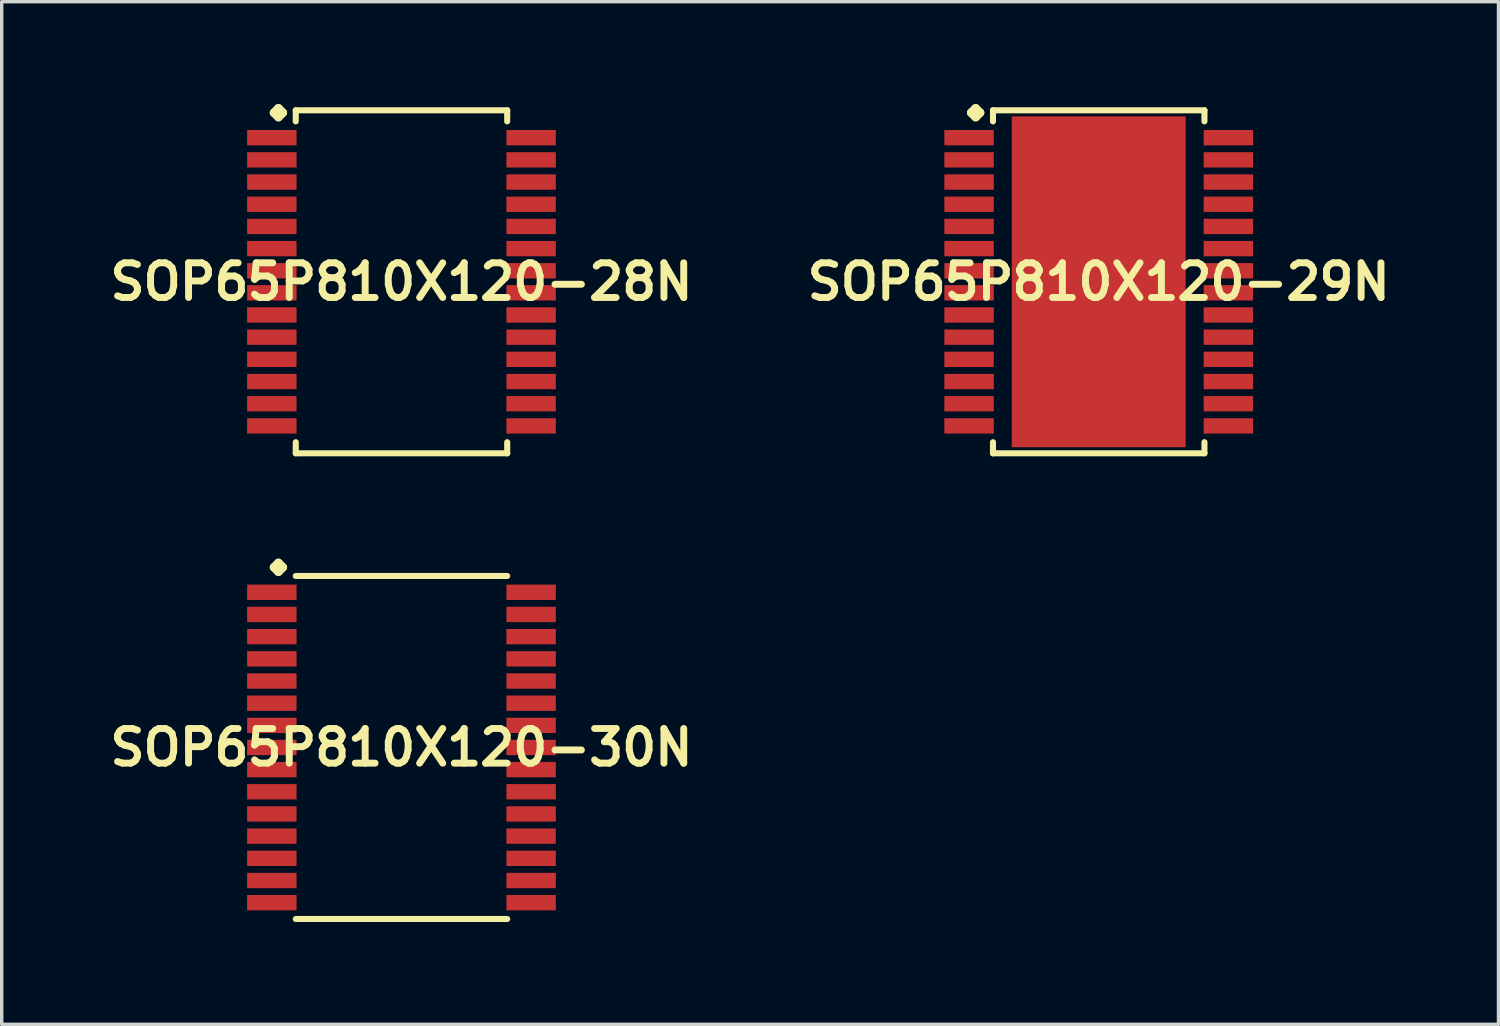
<source format=kicad_pcb>
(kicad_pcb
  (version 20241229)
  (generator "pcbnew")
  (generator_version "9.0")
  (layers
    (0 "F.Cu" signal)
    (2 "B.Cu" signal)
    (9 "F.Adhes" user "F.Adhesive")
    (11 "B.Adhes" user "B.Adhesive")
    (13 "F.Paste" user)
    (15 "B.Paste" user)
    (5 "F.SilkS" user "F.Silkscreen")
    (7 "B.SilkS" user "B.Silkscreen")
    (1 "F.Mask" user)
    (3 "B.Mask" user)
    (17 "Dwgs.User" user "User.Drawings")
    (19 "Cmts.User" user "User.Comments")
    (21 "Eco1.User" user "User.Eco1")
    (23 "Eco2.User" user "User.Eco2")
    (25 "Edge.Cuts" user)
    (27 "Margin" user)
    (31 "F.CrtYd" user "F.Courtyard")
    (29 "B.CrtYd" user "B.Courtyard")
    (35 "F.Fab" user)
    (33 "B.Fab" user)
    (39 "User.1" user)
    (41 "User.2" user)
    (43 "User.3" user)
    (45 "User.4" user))
  (footprint "SOP65P810X120-30N"
    (layer "F.Cu")
    (at 8.718 18.86)
    (property "Reference" "SOP65P810X120-30N" (at 0 0 0) (layer "F.SilkS") (effects (font (size 1.016 1.016) (thickness 0.203))))
    (attr smd)
    (fp_line (start -3.734 -5.281) (end -3.607 -5.408) (stroke (width 0.254) (type solid)) (layer "F.SilkS"))
    (fp_line (start -3.607 -5.408) (end -3.48 -5.281) (stroke (width 0.254) (type solid)) (layer "F.SilkS"))
    (fp_line (start -3.607 -5.154) (end -3.734 -5.281) (stroke (width 0.254) (type solid)) (layer "F.SilkS"))
    (fp_line (start -3.48 -5.281) (end -3.607 -5.154) (stroke (width 0.254) (type solid)) (layer "F.SilkS"))
    (fp_line (start -3.099 -5.027) (end 3.099 -5.027) (stroke (width 0.178) (type solid)) (layer "F.SilkS"))
    (fp_line (start -3.099 5.027) (end 3.099 5.027) (stroke (width 0.178) (type solid)) (layer "F.SilkS"))
    (pad "1" smd rect (at -3.8 -4.549) (size 1.448 0.45) (layers "F.Cu" "F.Mask" "F.Paste"))
    (pad "2" smd rect (at -3.8 -3.899) (size 1.448 0.45) (layers "F.Cu" "F.Mask" "F.Paste"))
    (pad "3" smd rect (at -3.8 -3.249) (size 1.448 0.45) (layers "F.Cu" "F.Mask" "F.Paste"))
    (pad "4" smd rect (at -3.8 -2.598) (size 1.448 0.45) (layers "F.Cu" "F.Mask" "F.Paste"))
    (pad "5" smd rect (at -3.8 -1.948) (size 1.448 0.45) (layers "F.Cu" "F.Mask" "F.Paste"))
    (pad "6" smd rect (at -3.8 -1.298) (size 1.448 0.45) (layers "F.Cu" "F.Mask" "F.Paste"))
    (pad "7" smd rect (at -3.8 -0.648) (size 1.448 0.45) (layers "F.Cu" "F.Mask" "F.Paste"))
    (pad "8" smd rect (at -3.8 0) (size 1.448 0.45) (layers "F.Cu" "F.Mask" "F.Paste"))
    (pad "9" smd rect (at -3.8 0.648) (size 1.448 0.45) (layers "F.Cu" "F.Mask" "F.Paste"))
    (pad "10" smd rect (at -3.8 1.298) (size 1.448 0.45) (layers "F.Cu" "F.Mask" "F.Paste"))
    (pad "11" smd rect (at -3.8 1.948) (size 1.448 0.45) (layers "F.Cu" "F.Mask" "F.Paste"))
    (pad "12" smd rect (at -3.8 2.598) (size 1.448 0.45) (layers "F.Cu" "F.Mask" "F.Paste"))
    (pad "13" smd rect (at -3.8 3.249) (size 1.448 0.45) (layers "F.Cu" "F.Mask" "F.Paste"))
    (pad "14" smd rect (at -3.8 3.899) (size 1.448 0.45) (layers "F.Cu" "F.Mask" "F.Paste"))
    (pad "15" smd rect (at -3.8 4.549) (size 1.448 0.45) (layers "F.Cu" "F.Mask" "F.Paste"))
    (pad "16" smd rect (at 3.8 4.549) (size 1.448 0.45) (layers "F.Cu" "F.Mask" "F.Paste"))
    (pad "17" smd rect (at 3.8 3.899) (size 1.448 0.45) (layers "F.Cu" "F.Mask" "F.Paste"))
    (pad "18" smd rect (at 3.8 3.249) (size 1.448 0.45) (layers "F.Cu" "F.Mask" "F.Paste"))
    (pad "19" smd rect (at 3.8 2.598) (size 1.448 0.45) (layers "F.Cu" "F.Mask" "F.Paste"))
    (pad "20" smd rect (at 3.8 1.948) (size 1.448 0.45) (layers "F.Cu" "F.Mask" "F.Paste"))
    (pad "21" smd rect (at 3.8 1.298) (size 1.448 0.45) (layers "F.Cu" "F.Mask" "F.Paste"))
    (pad "22" smd rect (at 3.8 0.648) (size 1.448 0.45) (layers "F.Cu" "F.Mask" "F.Paste"))
    (pad "23" smd rect (at 3.8 0) (size 1.448 0.45) (layers "F.Cu" "F.Mask" "F.Paste"))
    (pad "24" smd rect (at 3.8 -0.648) (size 1.448 0.45) (layers "F.Cu" "F.Mask" "F.Paste"))
    (pad "25" smd rect (at 3.8 -1.298) (size 1.448 0.45) (layers "F.Cu" "F.Mask" "F.Paste"))
    (pad "26" smd rect (at 3.8 -1.948) (size 1.448 0.45) (layers "F.Cu" "F.Mask" "F.Paste"))
    (pad "27" smd rect (at 3.8 -2.598) (size 1.448 0.45) (layers "F.Cu" "F.Mask" "F.Paste"))
    (pad "28" smd rect (at 3.8 -3.249) (size 1.448 0.45) (layers "F.Cu" "F.Mask" "F.Paste"))
    (pad "29" smd rect (at 3.8 -3.899) (size 1.448 0.45) (layers "F.Cu" "F.Mask" "F.Paste"))
    (pad "30" smd rect (at 3.8 -4.549) (size 1.448 0.45) (layers "F.Cu" "F.Mask" "F.Paste")))
  (footprint "SOP65P810X120-28N"
    (layer "F.Cu")
    (at 8.718 5.21)
    (property "Reference" "SOP65P810X120-28N" (at 0 0 0) (layer "F.SilkS") (effects (font (size 1.016 1.016) (thickness 0.203))))
    (attr smd)
    (fp_line (start -3.734 -4.956) (end -3.607 -5.083) (stroke (width 0.254) (type solid)) (layer "F.SilkS"))
    (fp_line (start -3.607 -5.083) (end -3.48 -4.956) (stroke (width 0.254) (type solid)) (layer "F.SilkS"))
    (fp_line (start -3.607 -4.829) (end -3.734 -4.956) (stroke (width 0.254) (type solid)) (layer "F.SilkS"))
    (fp_line (start -3.48 -4.956) (end -3.607 -4.829) (stroke (width 0.254) (type solid)) (layer "F.SilkS"))
    (fp_line (start -3.099 -5.027) (end 3.099 -5.027) (stroke (width 0.178) (type solid)) (layer "F.SilkS"))
    (fp_line (start -3.099 -4.702) (end -3.099 -5.027) (stroke (width 0.178) (type solid)) (layer "F.SilkS"))
    (fp_line (start -3.099 4.702) (end -3.099 5.027) (stroke (width 0.178) (type solid)) (layer "F.SilkS"))
    (fp_line (start -3.099 5.027) (end 3.099 5.027) (stroke (width 0.178) (type solid)) (layer "F.SilkS"))
    (fp_line (start 3.099 -5.027) (end 3.099 -4.702) (stroke (width 0.178) (type solid)) (layer "F.SilkS"))
    (fp_line (start 3.099 5.027) (end 3.099 4.702) (stroke (width 0.178) (type solid)) (layer "F.SilkS"))
    (pad "1" smd rect (at -3.8 -4.224) (size 1.448 0.45) (layers "F.Cu" "F.Mask" "F.Paste"))
    (pad "2" smd rect (at -3.8 -3.574) (size 1.448 0.45) (layers "F.Cu" "F.Mask" "F.Paste"))
    (pad "3" smd rect (at -3.8 -2.924) (size 1.448 0.45) (layers "F.Cu" "F.Mask" "F.Paste"))
    (pad "4" smd rect (at -3.8 -2.273) (size 1.448 0.45) (layers "F.Cu" "F.Mask" "F.Paste"))
    (pad "5" smd rect (at -3.8 -1.623) (size 1.448 0.45) (layers "F.Cu" "F.Mask" "F.Paste"))
    (pad "6" smd rect (at -3.8 -0.973) (size 1.448 0.45) (layers "F.Cu" "F.Mask" "F.Paste"))
    (pad "7" smd rect (at -3.8 -0.323) (size 1.448 0.45) (layers "F.Cu" "F.Mask" "F.Paste"))
    (pad "8" smd rect (at -3.8 0.323) (size 1.448 0.45) (layers "F.Cu" "F.Mask" "F.Paste"))
    (pad "9" smd rect (at -3.8 0.973) (size 1.448 0.45) (layers "F.Cu" "F.Mask" "F.Paste"))
    (pad "10" smd rect (at -3.8 1.623) (size 1.448 0.45) (layers "F.Cu" "F.Mask" "F.Paste"))
    (pad "11" smd rect (at -3.8 2.273) (size 1.448 0.45) (layers "F.Cu" "F.Mask" "F.Paste"))
    (pad "12" smd rect (at -3.8 2.924) (size 1.448 0.45) (layers "F.Cu" "F.Mask" "F.Paste"))
    (pad "13" smd rect (at -3.8 3.574) (size 1.448 0.45) (layers "F.Cu" "F.Mask" "F.Paste"))
    (pad "14" smd rect (at -3.8 4.224) (size 1.448 0.45) (layers "F.Cu" "F.Mask" "F.Paste"))
    (pad "15" smd rect (at 3.8 4.224) (size 1.448 0.45) (layers "F.Cu" "F.Mask" "F.Paste"))
    (pad "16" smd rect (at 3.8 3.574) (size 1.448 0.45) (layers "F.Cu" "F.Mask" "F.Paste"))
    (pad "17" smd rect (at 3.8 2.924) (size 1.448 0.45) (layers "F.Cu" "F.Mask" "F.Paste"))
    (pad "18" smd rect (at 3.8 2.273) (size 1.448 0.45) (layers "F.Cu" "F.Mask" "F.Paste"))
    (pad "19" smd rect (at 3.8 1.623) (size 1.448 0.45) (layers "F.Cu" "F.Mask" "F.Paste"))
    (pad "20" smd rect (at 3.8 0.973) (size 1.448 0.45) (layers "F.Cu" "F.Mask" "F.Paste"))
    (pad "21" smd rect (at 3.8 0.323) (size 1.448 0.45) (layers "F.Cu" "F.Mask" "F.Paste"))
    (pad "22" smd rect (at 3.8 -0.323) (size 1.448 0.45) (layers "F.Cu" "F.Mask" "F.Paste"))
    (pad "23" smd rect (at 3.8 -0.973) (size 1.448 0.45) (layers "F.Cu" "F.Mask" "F.Paste"))
    (pad "24" smd rect (at 3.8 -1.623) (size 1.448 0.45) (layers "F.Cu" "F.Mask" "F.Paste"))
    (pad "25" smd rect (at 3.8 -2.273) (size 1.448 0.45) (layers "F.Cu" "F.Mask" "F.Paste"))
    (pad "26" smd rect (at 3.8 -2.924) (size 1.448 0.45) (layers "F.Cu" "F.Mask" "F.Paste"))
    (pad "27" smd rect (at 3.8 -3.574) (size 1.448 0.45) (layers "F.Cu" "F.Mask" "F.Paste"))
    (pad "28" smd rect (at 3.8 -4.224) (size 1.448 0.45) (layers "F.Cu" "F.Mask" "F.Paste")))
  (footprint "SOP65P810X120-29N"
    (layer "F.Cu")
    (at 29.155 5.21)
    (property "Reference" "SOP65P810X120-29N" (at 0 0 0) (layer "F.SilkS") (effects (font (size 1.016 1.016) (thickness 0.203))))
    (attr smd)
    (fp_line (start -3.734 -4.956) (end -3.607 -5.083) (stroke (width 0.254) (type solid)) (layer "F.SilkS"))
    (fp_line (start -3.607 -5.083) (end -3.48 -4.956) (stroke (width 0.254) (type solid)) (layer "F.SilkS"))
    (fp_line (start -3.607 -4.829) (end -3.734 -4.956) (stroke (width 0.254) (type solid)) (layer "F.SilkS"))
    (fp_line (start -3.48 -4.956) (end -3.607 -4.829) (stroke (width 0.254) (type solid)) (layer "F.SilkS"))
    (fp_line (start -3.099 -5.027) (end 3.099 -5.027) (stroke (width 0.178) (type solid)) (layer "F.SilkS"))
    (fp_line (start -3.099 -4.702) (end -3.099 -5.027) (stroke (width 0.178) (type solid)) (layer "F.SilkS"))
    (fp_line (start -3.099 4.702) (end -3.099 5.027) (stroke (width 0.178) (type solid)) (layer "F.SilkS"))
    (fp_line (start -3.099 5.027) (end 3.099 5.027) (stroke (width 0.178) (type solid)) (layer "F.SilkS"))
    (fp_line (start 3.099 -5.027) (end 3.099 -4.702) (stroke (width 0.178) (type solid)) (layer "F.SilkS"))
    (fp_line (start 3.099 5.027) (end 3.099 4.702) (stroke (width 0.178) (type solid)) (layer "F.SilkS"))
    (pad "1" smd rect (at -3.8 -4.224) (size 1.448 0.45) (layers "F.Cu" "F.Mask" "F.Paste"))
    (pad "2" smd rect (at -3.8 -3.574) (size 1.448 0.45) (layers "F.Cu" "F.Mask" "F.Paste"))
    (pad "3" smd rect (at -3.8 -2.924) (size 1.448 0.45) (layers "F.Cu" "F.Mask" "F.Paste"))
    (pad "4" smd rect (at -3.8 -2.273) (size 1.448 0.45) (layers "F.Cu" "F.Mask" "F.Paste"))
    (pad "5" smd rect (at -3.8 -1.623) (size 1.448 0.45) (layers "F.Cu" "F.Mask" "F.Paste"))
    (pad "6" smd rect (at -3.8 -0.973) (size 1.448 0.45) (layers "F.Cu" "F.Mask" "F.Paste"))
    (pad "7" smd rect (at -3.8 -0.323) (size 1.448 0.45) (layers "F.Cu" "F.Mask" "F.Paste"))
    (pad "8" smd rect (at -3.8 0.323) (size 1.448 0.45) (layers "F.Cu" "F.Mask" "F.Paste"))
    (pad "9" smd rect (at -3.8 0.973) (size 1.448 0.45) (layers "F.Cu" "F.Mask" "F.Paste"))
    (pad "10" smd rect (at -3.8 1.623) (size 1.448 0.45) (layers "F.Cu" "F.Mask" "F.Paste"))
    (pad "11" smd rect (at -3.8 2.273) (size 1.448 0.45) (layers "F.Cu" "F.Mask" "F.Paste"))
    (pad "12" smd rect (at -3.8 2.924) (size 1.448 0.45) (layers "F.Cu" "F.Mask" "F.Paste"))
    (pad "13" smd rect (at -3.8 3.574) (size 1.448 0.45) (layers "F.Cu" "F.Mask" "F.Paste"))
    (pad "14" smd rect (at -3.8 4.224) (size 1.448 0.45) (layers "F.Cu" "F.Mask" "F.Paste"))
    (pad "15" smd rect (at 3.8 4.224) (size 1.448 0.45) (layers "F.Cu" "F.Mask" "F.Paste"))
    (pad "16" smd rect (at 3.8 3.574) (size 1.448 0.45) (layers "F.Cu" "F.Mask" "F.Paste"))
    (pad "17" smd rect (at 3.8 2.924) (size 1.448 0.45) (layers "F.Cu" "F.Mask" "F.Paste"))
    (pad "18" smd rect (at 3.8 2.273) (size 1.448 0.45) (layers "F.Cu" "F.Mask" "F.Paste"))
    (pad "19" smd rect (at 3.8 1.623) (size 1.448 0.45) (layers "F.Cu" "F.Mask" "F.Paste"))
    (pad "20" smd rect (at 3.8 0.973) (size 1.448 0.45) (layers "F.Cu" "F.Mask" "F.Paste"))
    (pad "21" smd rect (at 3.8 0.323) (size 1.448 0.45) (layers "F.Cu" "F.Mask" "F.Paste"))
    (pad "22" smd rect (at 3.8 -0.323) (size 1.448 0.45) (layers "F.Cu" "F.Mask" "F.Paste"))
    (pad "23" smd rect (at 3.8 -0.973) (size 1.448 0.45) (layers "F.Cu" "F.Mask" "F.Paste"))
    (pad "24" smd rect (at 3.8 -1.623) (size 1.448 0.45) (layers "F.Cu" "F.Mask" "F.Paste"))
    (pad "25" smd rect (at 3.8 -2.273) (size 1.448 0.45) (layers "F.Cu" "F.Mask" "F.Paste"))
    (pad "26" smd rect (at 3.8 -2.924) (size 1.448 0.45) (layers "F.Cu" "F.Mask" "F.Paste"))
    (pad "27" smd rect (at 3.8 -3.574) (size 1.448 0.45) (layers "F.Cu" "F.Mask" "F.Paste"))
    (pad "28" smd rect (at 3.8 -4.224) (size 1.448 0.45) (layers "F.Cu" "F.Mask" "F.Paste"))
    (pad "29" smd rect (at 0 0) (size 5.098 9.698) (layers "F.Cu" "F.Mask" "F.Paste")))
  (gr_rect
    (start -3 -3)
    (end 40.873 26.975)
    (stroke (width 0.1) (type default))
    (fill no)
    (layer "Edge.Cuts")))
</source>
